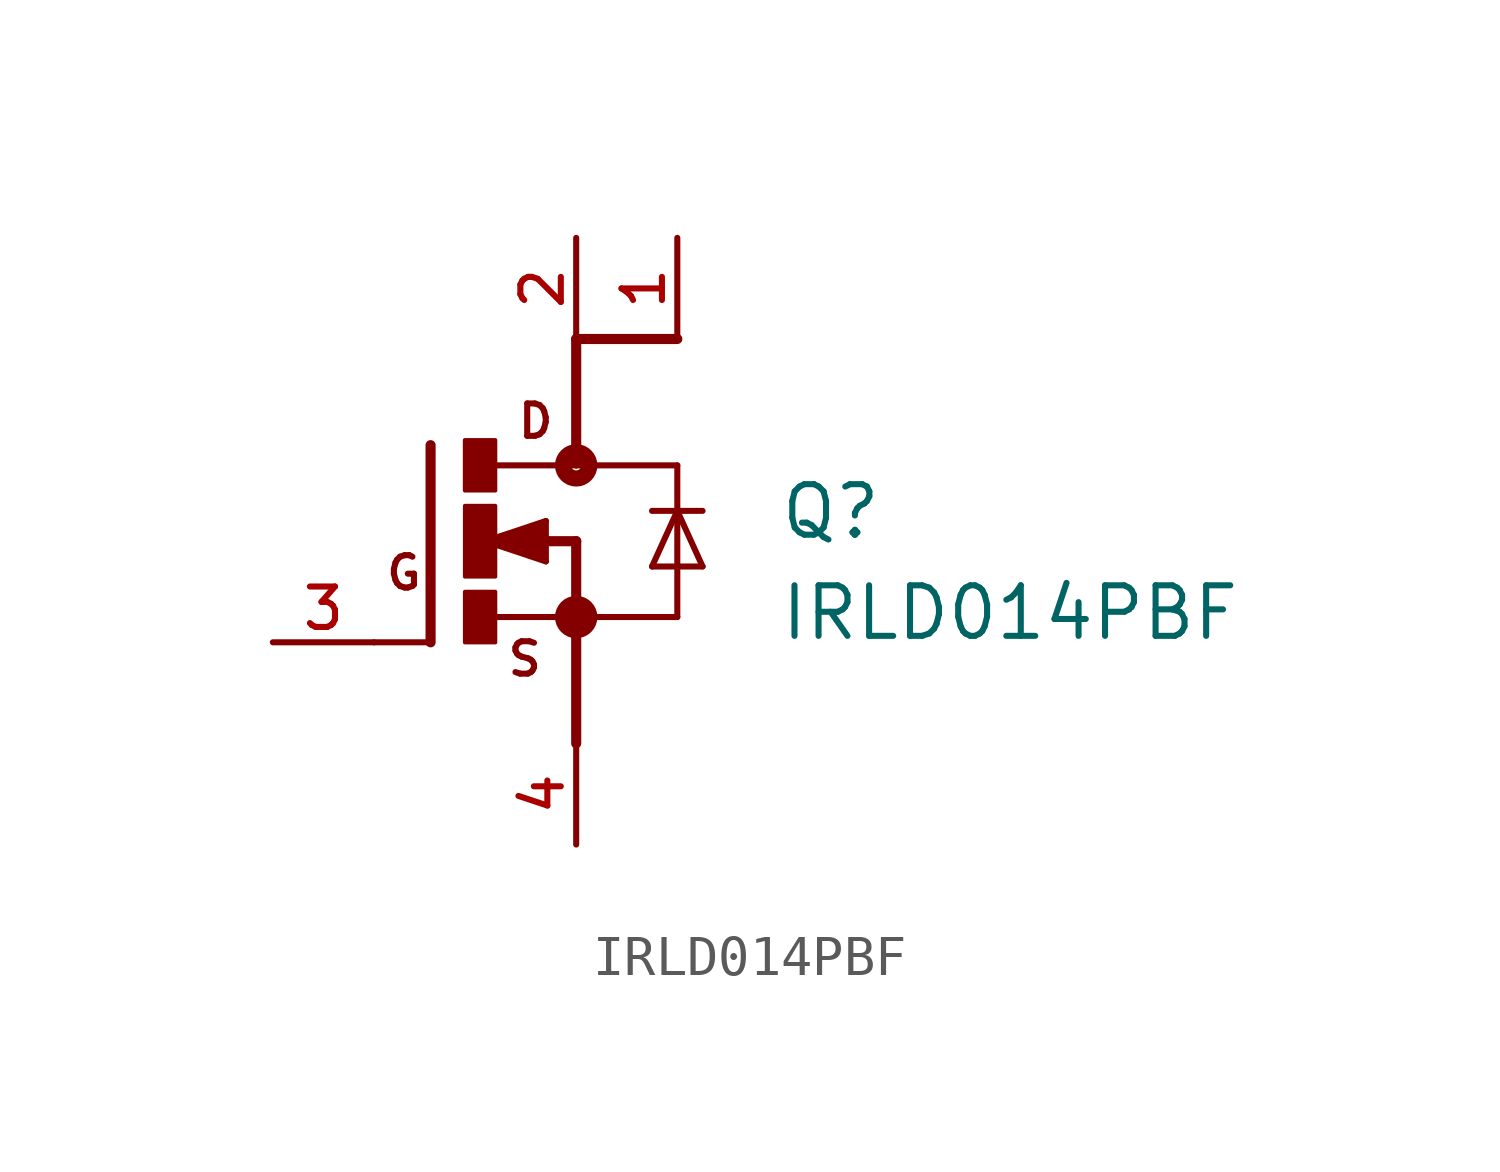
<source format=kicad_sym>
(kicad_symbol_lib
  (version 20211014)
  (generator kicad_symbol_editor)
  (symbol "IRLD014PBF"
    (pin_names
      (offset 1.016))
    (property "Reference" "Q"
      (at 5.087 0.0 0)
      (effects (font (size 1.27 1.27)) (justify bottom left)))
    (property "Value" "IRLD014PBF"
      (at 5.081 -2.541 0)
      (effects (font (size 1.27 1.27)) (justify bottom left)))
    (symbol "IRLD014PBF_0_0"
      (polyline (pts (xy -3.658 2.413) (xy -3.658 -2.54)) (stroke (width 0.254)))
      (polyline (pts (xy -3.658 -2.54) (xy -5.08 -2.54)) (stroke (width 0.152)))
      (polyline (pts (xy 0.0 1.905) (xy -2.007 1.905)) (stroke (width 0.152)))
      (polyline (pts (xy -2.032 -1.905) (xy 0.0 -1.905)) (stroke (width 0.152)))
      (polyline (pts (xy 0.0 2.032) (xy 0.0 1.905)) (stroke (width 0.152)))
      (polyline (pts (xy 0.0 1.905) (xy 2.54 1.905)) (stroke (width 0.152)))
      (polyline (pts (xy 2.54 1.905) (xy 2.54 0.762)) (stroke (width 0.152)))
      (polyline (pts (xy 2.54 0.762) (xy 2.54 -1.905)) (stroke (width 0.152)))
      (polyline (pts (xy 2.54 -1.905) (xy 0.0 -1.905)) (stroke (width 0.152)))
      (polyline (pts (xy 0.0 -1.905) (xy 0.0 -2.032)) (stroke (width 0.152)))
      (polyline (pts (xy 2.54 0.762) (xy 1.905 -0.635)) (stroke (width 0.152)))
      (polyline (pts (xy 1.905 -0.635) (xy 3.175 -0.635)) (stroke (width 0.152)))
      (polyline (pts (xy 3.175 -0.635) (xy 2.54 0.762)) (stroke (width 0.152)))
      (polyline (pts (xy 1.905 0.762) (xy 2.54 0.762)) (stroke (width 0.152)))
      (polyline (pts (xy 2.54 0.762) (xy 3.175 0.762)) (stroke (width 0.152)))
      (polyline (pts (xy -2.286 0.0) (xy -0.762 -0.508)) (stroke (width 0.152)))
      (polyline (pts (xy -0.762 -0.508) (xy -0.762 0.0)) (stroke (width 0.152)))
      (polyline (pts (xy -0.762 0.0) (xy -0.762 0.508)) (stroke (width 0.152)))
      (polyline (pts (xy -0.762 0.508) (xy -2.286 0.0)) (stroke (width 0.152)))
      (polyline (pts (xy -0.889 0.254) (xy -2.286 0.0)) (stroke (width 0.152)))
      (polyline (pts (xy -1.143 0.254) (xy -2.032 0.0)) (stroke (width 0.305)))
      (polyline (pts (xy -2.032 0.0) (xy -0.889 -0.254)) (stroke (width 0.305)))
      (polyline (pts (xy -0.889 -0.254) (xy -0.889 0.254)) (stroke (width 0.305)))
      (polyline (pts (xy -0.889 0.254) (xy -1.905 0.0)) (stroke (width 0.305)))
      (circle (center 0.0 -1.905) (radius 0.127) (stroke (width 0.406)) (fill (type none)))
      (circle (center 0.0 1.905) (radius 0.127) (stroke (width 0.406)) (fill (type none)))
      (text "D" (at -1.524 2.54 0) (effects (font (size 0.813 0.813)) (justify bottom left)))
      (text "S" (at -1.781 -3.434 0) (effects (font (size 0.814 0.814)) (justify bottom left)))
      (text "G" (at -4.835 -1.272 0) (effects (font (size 0.814 0.814)) (justify bottom left)))
      (rectangle (start -2.796 -2.542) (end -2.032 -1.27) (stroke (width 0.1)) (fill (type outline)))
      (rectangle (start -2.798 1.272) (end -2.032 2.54) (stroke (width 0.1)) (fill (type outline)))
      (rectangle (start -2.796 -0.89) (end -2.032 0.889) (stroke (width 0.1)) (fill (type outline)))
      (polyline (pts (xy -0.762 0.0) (xy -1.905 0.0)) (stroke (width 0.254)))
      (polyline (pts (xy -1.905 0.0) (xy -2.032 0.0)) (stroke (width 0.254)))
      (polyline (pts (xy -2.032 0.0) (xy -2.286 0.0)) (stroke (width 0.254)))
      (polyline (pts (xy 0.0 5.08) (xy 0.0 2.032)) (stroke (width 0.254)))
      (polyline (pts (xy 0.0 -5.08) (xy 0.0 -2.032)) (stroke (width 0.254)))
      (polyline (pts (xy -0.762 0.0) (xy 0.0 0.0)) (stroke (width 0.254)))
      (polyline (pts (xy 0.0 0.0) (xy 0.0 -1.778)) (stroke (width 0.254)))
      (polyline (pts (xy 0.0 5.08) (xy 2.54 5.08)) (stroke (width 0.254)))
      (pin passive line (at 0.0 -7.62 90.0) (length 2.54) (name "~" (effects (font (size 1.016 1.016)))) (number "4" (effects (font (size 1.016 1.016)))))
      (pin passive line (at -7.62 -2.54 0) (length 2.54) (name "~" (effects (font (size 1.016 1.016)))) (number "3" (effects (font (size 1.016 1.016)))))
      (pin passive line (at 0.0 7.62 270.0) (length 2.54) (name "~" (effects (font (size 1.016 1.016)))) (number "2" (effects (font (size 1.016 1.016)))))
      (pin passive line (at 2.54 7.62 270.0) (length 2.54) (name "~" (effects (font (size 1.016 1.016)))) (number "1" (effects (font (size 1.016 1.016))))))))
</source>
